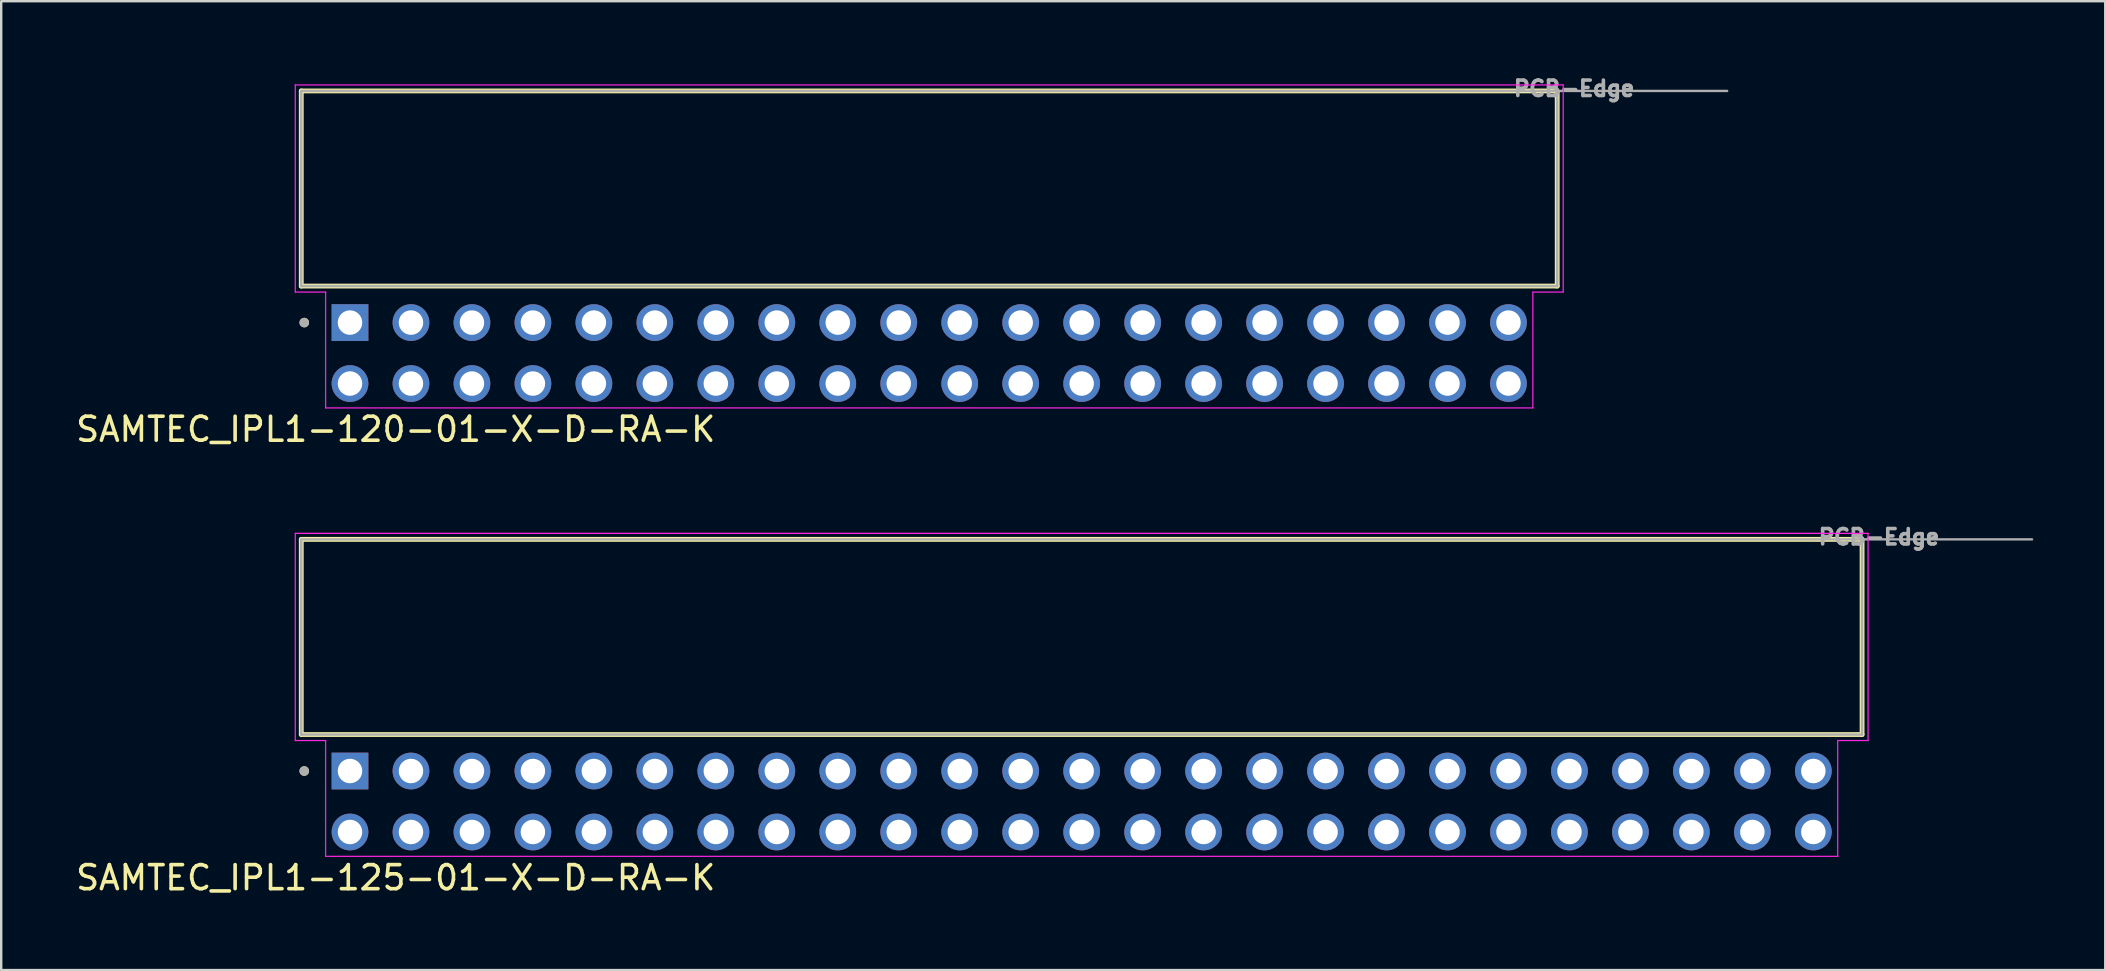
<source format=kicad_pcb>
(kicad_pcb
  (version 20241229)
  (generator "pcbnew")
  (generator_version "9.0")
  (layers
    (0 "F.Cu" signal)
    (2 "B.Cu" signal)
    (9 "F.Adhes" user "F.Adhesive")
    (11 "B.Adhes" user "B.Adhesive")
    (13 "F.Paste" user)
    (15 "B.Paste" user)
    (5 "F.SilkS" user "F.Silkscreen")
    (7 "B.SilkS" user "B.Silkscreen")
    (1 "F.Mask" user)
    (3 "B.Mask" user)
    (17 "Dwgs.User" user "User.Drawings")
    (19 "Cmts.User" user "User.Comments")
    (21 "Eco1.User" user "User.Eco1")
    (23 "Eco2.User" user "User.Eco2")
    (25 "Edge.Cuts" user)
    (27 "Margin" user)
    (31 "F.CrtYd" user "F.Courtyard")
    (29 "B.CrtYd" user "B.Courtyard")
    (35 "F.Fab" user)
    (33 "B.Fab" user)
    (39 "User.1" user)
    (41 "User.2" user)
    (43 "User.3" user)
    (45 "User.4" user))
  (footprint "SAMTEC_IPL1-125-01-X-D-RA-K"
    (layer "F.Cu")
    (at 42.01 30.339)
    (property "Reference" "SAMTEC_IPL1-125-01-X-D-RA-K" (at -28.575 3.175 0) (layer "F.SilkS") (effects (font (size 1 1) (thickness 0.15))))
    (attr through_hole)
    (fp_line (start -32.51 -10.92) (end -32.51 -2.79) (stroke (width 0.2) (type solid)) (layer "F.SilkS"))
    (fp_line (start -32.51 -2.79) (end 32.51 -2.79) (stroke (width 0.2) (type solid)) (layer "F.SilkS"))
    (fp_line (start 32.51 -10.92) (end -32.51 -10.92) (stroke (width 0.2) (type solid)) (layer "F.SilkS"))
    (fp_line (start 32.51 -2.79) (end 32.51 -10.92) (stroke (width 0.2) (type solid)) (layer "F.SilkS"))
    (fp_circle (center -32.385 -1.27) (end -32.285 -1.27) (stroke (width 0.2) (type solid)) (fill no) (layer "F.SilkS"))
    (fp_line (start -32.76 -11.17) (end -32.76 -2.54) (stroke (width 0.05) (type solid)) (layer "F.CrtYd"))
    (fp_line (start -32.76 -2.54) (end -31.495 -2.54) (stroke (width 0.05) (type solid)) (layer "F.CrtYd"))
    (fp_line (start -31.495 -2.54) (end -31.495 2.285) (stroke (width 0.05) (type solid)) (layer "F.CrtYd"))
    (fp_line (start -31.495 2.285) (end 31.495 2.285) (stroke (width 0.05) (type solid)) (layer "F.CrtYd"))
    (fp_line (start 31.495 -2.54) (end 32.76 -2.54) (stroke (width 0.05) (type solid)) (layer "F.CrtYd"))
    (fp_line (start 31.495 2.285) (end 31.495 -2.54) (stroke (width 0.05) (type solid)) (layer "F.CrtYd"))
    (fp_line (start 32.76 -11.17) (end -32.76 -11.17) (stroke (width 0.05) (type solid)) (layer "F.CrtYd"))
    (fp_line (start 32.76 -2.54) (end 32.76 -11.17) (stroke (width 0.05) (type solid)) (layer "F.CrtYd"))
    (fp_line (start -32.51 -10.92) (end -32.51 -2.79) (stroke (width 0.1) (type solid)) (layer "F.Fab"))
    (fp_line (start -32.51 -2.79) (end 32.51 -2.79) (stroke (width 0.1) (type solid)) (layer "F.Fab"))
    (fp_line (start 32.51 -10.92) (end -32.51 -10.92) (stroke (width 0.1) (type solid)) (layer "F.Fab"))
    (fp_line (start 32.51 -2.79) (end 32.51 -10.92) (stroke (width 0.1) (type solid)) (layer "F.Fab"))
    (fp_line (start 39.59 -10.92) (end 32.51 -10.92) (stroke (width 0.1) (type solid)) (layer "F.Fab"))
    (fp_circle (center -32.385 -1.27) (end -32.285 -1.27) (stroke (width 0.2) (type solid)) (fill no) (layer "F.Fab"))
    (fp_text user "PCB-Edge" (at 33.215 -11.02 0) (layer "F.Fab") (effects (font (size 0.64 0.64) (thickness 0.15))))
    (pad "1" thru_hole rect (at -30.48 -1.27) (size 1.53 1.53) (drill 1.02) (layers "*.Cu" "*.Mask"))
    (pad "2" thru_hole circle (at -27.94 -1.27) (size 1.53 1.53) (drill 1.02) (layers "*.Cu" "*.Mask"))
    (pad "3" thru_hole circle (at -25.4 -1.27) (size 1.53 1.53) (drill 1.02) (layers "*.Cu" "*.Mask"))
    (pad "4" thru_hole circle (at -22.86 -1.27) (size 1.53 1.53) (drill 1.02) (layers "*.Cu" "*.Mask"))
    (pad "5" thru_hole circle (at -20.32 -1.27) (size 1.53 1.53) (drill 1.02) (layers "*.Cu" "*.Mask"))
    (pad "6" thru_hole circle (at -17.78 -1.27) (size 1.53 1.53) (drill 1.02) (layers "*.Cu" "*.Mask"))
    (pad "7" thru_hole circle (at -15.24 -1.27) (size 1.53 1.53) (drill 1.02) (layers "*.Cu" "*.Mask"))
    (pad "8" thru_hole circle (at -12.7 -1.27) (size 1.53 1.53) (drill 1.02) (layers "*.Cu" "*.Mask"))
    (pad "9" thru_hole circle (at -10.16 -1.27) (size 1.53 1.53) (drill 1.02) (layers "*.Cu" "*.Mask"))
    (pad "10" thru_hole circle (at -7.62 -1.27) (size 1.53 1.53) (drill 1.02) (layers "*.Cu" "*.Mask"))
    (pad "11" thru_hole circle (at -5.08 -1.27) (size 1.53 1.53) (drill 1.02) (layers "*.Cu" "*.Mask"))
    (pad "12" thru_hole circle (at -2.54 -1.27) (size 1.53 1.53) (drill 1.02) (layers "*.Cu" "*.Mask"))
    (pad "13" thru_hole circle (at 0 -1.27) (size 1.53 1.53) (drill 1.02) (layers "*.Cu" "*.Mask"))
    (pad "14" thru_hole circle (at 2.54 -1.27) (size 1.53 1.53) (drill 1.02) (layers "*.Cu" "*.Mask"))
    (pad "15" thru_hole circle (at 5.08 -1.27) (size 1.53 1.53) (drill 1.02) (layers "*.Cu" "*.Mask"))
    (pad "16" thru_hole circle (at 7.62 -1.27) (size 1.53 1.53) (drill 1.02) (layers "*.Cu" "*.Mask"))
    (pad "17" thru_hole circle (at 10.16 -1.27) (size 1.53 1.53) (drill 1.02) (layers "*.Cu" "*.Mask"))
    (pad "18" thru_hole circle (at 12.7 -1.27) (size 1.53 1.53) (drill 1.02) (layers "*.Cu" "*.Mask"))
    (pad "19" thru_hole circle (at 15.24 -1.27) (size 1.53 1.53) (drill 1.02) (layers "*.Cu" "*.Mask"))
    (pad "20" thru_hole circle (at 17.78 -1.27) (size 1.53 1.53) (drill 1.02) (layers "*.Cu" "*.Mask"))
    (pad "21" thru_hole circle (at 20.32 -1.27) (size 1.53 1.53) (drill 1.02) (layers "*.Cu" "*.Mask"))
    (pad "22" thru_hole circle (at 22.86 -1.27) (size 1.53 1.53) (drill 1.02) (layers "*.Cu" "*.Mask"))
    (pad "23" thru_hole circle (at 25.4 -1.27) (size 1.53 1.53) (drill 1.02) (layers "*.Cu" "*.Mask"))
    (pad "24" thru_hole circle (at 27.94 -1.27) (size 1.53 1.53) (drill 1.02) (layers "*.Cu" "*.Mask"))
    (pad "25" thru_hole circle (at 30.48 -1.27) (size 1.53 1.53) (drill 1.02) (layers "*.Cu" "*.Mask"))
    (pad "26" thru_hole circle (at -30.48 1.27) (size 1.53 1.53) (drill 1.02) (layers "*.Cu" "*.Mask"))
    (pad "27" thru_hole circle (at -27.94 1.27) (size 1.53 1.53) (drill 1.02) (layers "*.Cu" "*.Mask"))
    (pad "28" thru_hole circle (at -25.4 1.27) (size 1.53 1.53) (drill 1.02) (layers "*.Cu" "*.Mask"))
    (pad "29" thru_hole circle (at -22.86 1.27) (size 1.53 1.53) (drill 1.02) (layers "*.Cu" "*.Mask"))
    (pad "30" thru_hole circle (at -20.32 1.27) (size 1.53 1.53) (drill 1.02) (layers "*.Cu" "*.Mask"))
    (pad "31" thru_hole circle (at -17.78 1.27) (size 1.53 1.53) (drill 1.02) (layers "*.Cu" "*.Mask"))
    (pad "32" thru_hole circle (at -15.24 1.27) (size 1.53 1.53) (drill 1.02) (layers "*.Cu" "*.Mask"))
    (pad "33" thru_hole circle (at -12.7 1.27) (size 1.53 1.53) (drill 1.02) (layers "*.Cu" "*.Mask"))
    (pad "34" thru_hole circle (at -10.16 1.27) (size 1.53 1.53) (drill 1.02) (layers "*.Cu" "*.Mask"))
    (pad "35" thru_hole circle (at -7.62 1.27) (size 1.53 1.53) (drill 1.02) (layers "*.Cu" "*.Mask"))
    (pad "36" thru_hole circle (at -5.08 1.27) (size 1.53 1.53) (drill 1.02) (layers "*.Cu" "*.Mask"))
    (pad "37" thru_hole circle (at -2.54 1.27) (size 1.53 1.53) (drill 1.02) (layers "*.Cu" "*.Mask"))
    (pad "38" thru_hole circle (at 0 1.27) (size 1.53 1.53) (drill 1.02) (layers "*.Cu" "*.Mask"))
    (pad "39" thru_hole circle (at 2.54 1.27) (size 1.53 1.53) (drill 1.02) (layers "*.Cu" "*.Mask"))
    (pad "40" thru_hole circle (at 5.08 1.27) (size 1.53 1.53) (drill 1.02) (layers "*.Cu" "*.Mask"))
    (pad "41" thru_hole circle (at 7.62 1.27) (size 1.53 1.53) (drill 1.02) (layers "*.Cu" "*.Mask"))
    (pad "42" thru_hole circle (at 10.16 1.27) (size 1.53 1.53) (drill 1.02) (layers "*.Cu" "*.Mask"))
    (pad "43" thru_hole circle (at 12.7 1.27) (size 1.53 1.53) (drill 1.02) (layers "*.Cu" "*.Mask"))
    (pad "44" thru_hole circle (at 15.24 1.27) (size 1.53 1.53) (drill 1.02) (layers "*.Cu" "*.Mask"))
    (pad "45" thru_hole circle (at 17.78 1.27) (size 1.53 1.53) (drill 1.02) (layers "*.Cu" "*.Mask"))
    (pad "46" thru_hole circle (at 20.32 1.27) (size 1.53 1.53) (drill 1.02) (layers "*.Cu" "*.Mask"))
    (pad "47" thru_hole circle (at 22.86 1.27) (size 1.53 1.53) (drill 1.02) (layers "*.Cu" "*.Mask"))
    (pad "48" thru_hole circle (at 25.4 1.27) (size 1.53 1.53) (drill 1.02) (layers "*.Cu" "*.Mask"))
    (pad "49" thru_hole circle (at 27.94 1.27) (size 1.53 1.53) (drill 1.02) (layers "*.Cu" "*.Mask"))
    (pad "50" thru_hole circle (at 30.48 1.27) (size 1.53 1.53) (drill 1.02) (layers "*.Cu" "*.Mask")))
  (footprint "SAMTEC_IPL1-120-01-X-D-RA-K"
    (layer "F.Cu")
    (at 35.66 11.658)
    (property "Reference" "SAMTEC_IPL1-120-01-X-D-RA-K" (at -22.225 3.175 0) (layer "F.SilkS") (effects (font (size 1 1) (thickness 0.15))))
    (attr through_hole)
    (fp_line (start -26.16 -10.92) (end -26.16 -2.79) (stroke (width 0.2) (type solid)) (layer "F.SilkS"))
    (fp_line (start -26.16 -2.79) (end 26.16 -2.79) (stroke (width 0.2) (type solid)) (layer "F.SilkS"))
    (fp_line (start 26.16 -10.92) (end -26.16 -10.92) (stroke (width 0.2) (type solid)) (layer "F.SilkS"))
    (fp_line (start 26.16 -2.79) (end 26.16 -10.92) (stroke (width 0.2) (type solid)) (layer "F.SilkS"))
    (fp_circle (center -26.035 -1.27) (end -25.935 -1.27) (stroke (width 0.2) (type solid)) (fill no) (layer "F.SilkS"))
    (fp_line (start -26.41 -11.17) (end -26.41 -2.54) (stroke (width 0.05) (type solid)) (layer "F.CrtYd"))
    (fp_line (start -26.41 -2.54) (end -25.145 -2.54) (stroke (width 0.05) (type solid)) (layer "F.CrtYd"))
    (fp_line (start -25.145 -2.54) (end -25.145 2.285) (stroke (width 0.05) (type solid)) (layer "F.CrtYd"))
    (fp_line (start -25.145 2.285) (end 25.145 2.285) (stroke (width 0.05) (type solid)) (layer "F.CrtYd"))
    (fp_line (start 25.145 -2.54) (end 26.41 -2.54) (stroke (width 0.05) (type solid)) (layer "F.CrtYd"))
    (fp_line (start 25.145 2.285) (end 25.145 -2.54) (stroke (width 0.05) (type solid)) (layer "F.CrtYd"))
    (fp_line (start 26.41 -11.17) (end -26.41 -11.17) (stroke (width 0.05) (type solid)) (layer "F.CrtYd"))
    (fp_line (start 26.41 -2.54) (end 26.41 -11.17) (stroke (width 0.05) (type solid)) (layer "F.CrtYd"))
    (fp_line (start -26.16 -10.92) (end -26.16 -2.79) (stroke (width 0.1) (type solid)) (layer "F.Fab"))
    (fp_line (start -26.16 -2.79) (end 26.16 -2.79) (stroke (width 0.1) (type solid)) (layer "F.Fab"))
    (fp_line (start 26.16 -10.92) (end -26.16 -10.92) (stroke (width 0.1) (type solid)) (layer "F.Fab"))
    (fp_line (start 26.16 -2.79) (end 26.16 -10.92) (stroke (width 0.1) (type solid)) (layer "F.Fab"))
    (fp_line (start 33.24 -10.92) (end 26.16 -10.92) (stroke (width 0.1) (type solid)) (layer "F.Fab"))
    (fp_circle (center -26.035 -1.27) (end -25.935 -1.27) (stroke (width 0.2) (type solid)) (fill no) (layer "F.Fab"))
    (fp_text user "PCB-Edge" (at 26.865 -11.02 0) (layer "F.Fab") (effects (font (size 0.64 0.64) (thickness 0.15))))
    (pad "1" thru_hole rect (at -24.13 -1.27) (size 1.53 1.53) (drill 1.02) (layers "*.Cu" "*.Mask"))
    (pad "2" thru_hole circle (at -21.59 -1.27) (size 1.53 1.53) (drill 1.02) (layers "*.Cu" "*.Mask"))
    (pad "3" thru_hole circle (at -19.05 -1.27) (size 1.53 1.53) (drill 1.02) (layers "*.Cu" "*.Mask"))
    (pad "4" thru_hole circle (at -16.51 -1.27) (size 1.53 1.53) (drill 1.02) (layers "*.Cu" "*.Mask"))
    (pad "5" thru_hole circle (at -13.97 -1.27) (size 1.53 1.53) (drill 1.02) (layers "*.Cu" "*.Mask"))
    (pad "6" thru_hole circle (at -11.43 -1.27) (size 1.53 1.53) (drill 1.02) (layers "*.Cu" "*.Mask"))
    (pad "7" thru_hole circle (at -8.89 -1.27) (size 1.53 1.53) (drill 1.02) (layers "*.Cu" "*.Mask"))
    (pad "8" thru_hole circle (at -6.35 -1.27) (size 1.53 1.53) (drill 1.02) (layers "*.Cu" "*.Mask"))
    (pad "9" thru_hole circle (at -3.81 -1.27) (size 1.53 1.53) (drill 1.02) (layers "*.Cu" "*.Mask"))
    (pad "10" thru_hole circle (at -1.27 -1.27) (size 1.53 1.53) (drill 1.02) (layers "*.Cu" "*.Mask"))
    (pad "11" thru_hole circle (at 1.27 -1.27) (size 1.53 1.53) (drill 1.02) (layers "*.Cu" "*.Mask"))
    (pad "12" thru_hole circle (at 3.81 -1.27) (size 1.53 1.53) (drill 1.02) (layers "*.Cu" "*.Mask"))
    (pad "13" thru_hole circle (at 6.35 -1.27) (size 1.53 1.53) (drill 1.02) (layers "*.Cu" "*.Mask"))
    (pad "14" thru_hole circle (at 8.89 -1.27) (size 1.53 1.53) (drill 1.02) (layers "*.Cu" "*.Mask"))
    (pad "15" thru_hole circle (at 11.43 -1.27) (size 1.53 1.53) (drill 1.02) (layers "*.Cu" "*.Mask"))
    (pad "16" thru_hole circle (at 13.97 -1.27) (size 1.53 1.53) (drill 1.02) (layers "*.Cu" "*.Mask"))
    (pad "17" thru_hole circle (at 16.51 -1.27) (size 1.53 1.53) (drill 1.02) (layers "*.Cu" "*.Mask"))
    (pad "18" thru_hole circle (at 19.05 -1.27) (size 1.53 1.53) (drill 1.02) (layers "*.Cu" "*.Mask"))
    (pad "19" thru_hole circle (at 21.59 -1.27) (size 1.53 1.53) (drill 1.02) (layers "*.Cu" "*.Mask"))
    (pad "20" thru_hole circle (at 24.13 -1.27) (size 1.53 1.53) (drill 1.02) (layers "*.Cu" "*.Mask"))
    (pad "21" thru_hole circle (at -24.13 1.27) (size 1.53 1.53) (drill 1.02) (layers "*.Cu" "*.Mask"))
    (pad "22" thru_hole circle (at -21.59 1.27) (size 1.53 1.53) (drill 1.02) (layers "*.Cu" "*.Mask"))
    (pad "23" thru_hole circle (at -19.05 1.27) (size 1.53 1.53) (drill 1.02) (layers "*.Cu" "*.Mask"))
    (pad "24" thru_hole circle (at -16.51 1.27) (size 1.53 1.53) (drill 1.02) (layers "*.Cu" "*.Mask"))
    (pad "25" thru_hole circle (at -13.97 1.27) (size 1.53 1.53) (drill 1.02) (layers "*.Cu" "*.Mask"))
    (pad "26" thru_hole circle (at -11.43 1.27) (size 1.53 1.53) (drill 1.02) (layers "*.Cu" "*.Mask"))
    (pad "27" thru_hole circle (at -8.89 1.27) (size 1.53 1.53) (drill 1.02) (layers "*.Cu" "*.Mask"))
    (pad "28" thru_hole circle (at -6.35 1.27) (size 1.53 1.53) (drill 1.02) (layers "*.Cu" "*.Mask"))
    (pad "29" thru_hole circle (at -3.81 1.27) (size 1.53 1.53) (drill 1.02) (layers "*.Cu" "*.Mask"))
    (pad "30" thru_hole circle (at -1.27 1.27) (size 1.53 1.53) (drill 1.02) (layers "*.Cu" "*.Mask"))
    (pad "31" thru_hole circle (at 1.27 1.27) (size 1.53 1.53) (drill 1.02) (layers "*.Cu" "*.Mask"))
    (pad "32" thru_hole circle (at 3.81 1.27) (size 1.53 1.53) (drill 1.02) (layers "*.Cu" "*.Mask"))
    (pad "33" thru_hole circle (at 6.35 1.27) (size 1.53 1.53) (drill 1.02) (layers "*.Cu" "*.Mask"))
    (pad "34" thru_hole circle (at 8.89 1.27) (size 1.53 1.53) (drill 1.02) (layers "*.Cu" "*.Mask"))
    (pad "35" thru_hole circle (at 11.43 1.27) (size 1.53 1.53) (drill 1.02) (layers "*.Cu" "*.Mask"))
    (pad "36" thru_hole circle (at 13.97 1.27) (size 1.53 1.53) (drill 1.02) (layers "*.Cu" "*.Mask"))
    (pad "37" thru_hole circle (at 16.51 1.27) (size 1.53 1.53) (drill 1.02) (layers "*.Cu" "*.Mask"))
    (pad "38" thru_hole circle (at 19.05 1.27) (size 1.53 1.53) (drill 1.02) (layers "*.Cu" "*.Mask"))
    (pad "39" thru_hole circle (at 21.59 1.27) (size 1.53 1.53) (drill 1.02) (layers "*.Cu" "*.Mask"))
    (pad "40" thru_hole circle (at 24.13 1.27) (size 1.53 1.53) (drill 1.02) (layers "*.Cu" "*.Mask")))
  (gr_rect
    (start -3 -3)
    (end 84.65 37.362)
    (stroke (width 0.1) (type default))
    (fill no)
    (layer "Edge.Cuts")))
</source>
